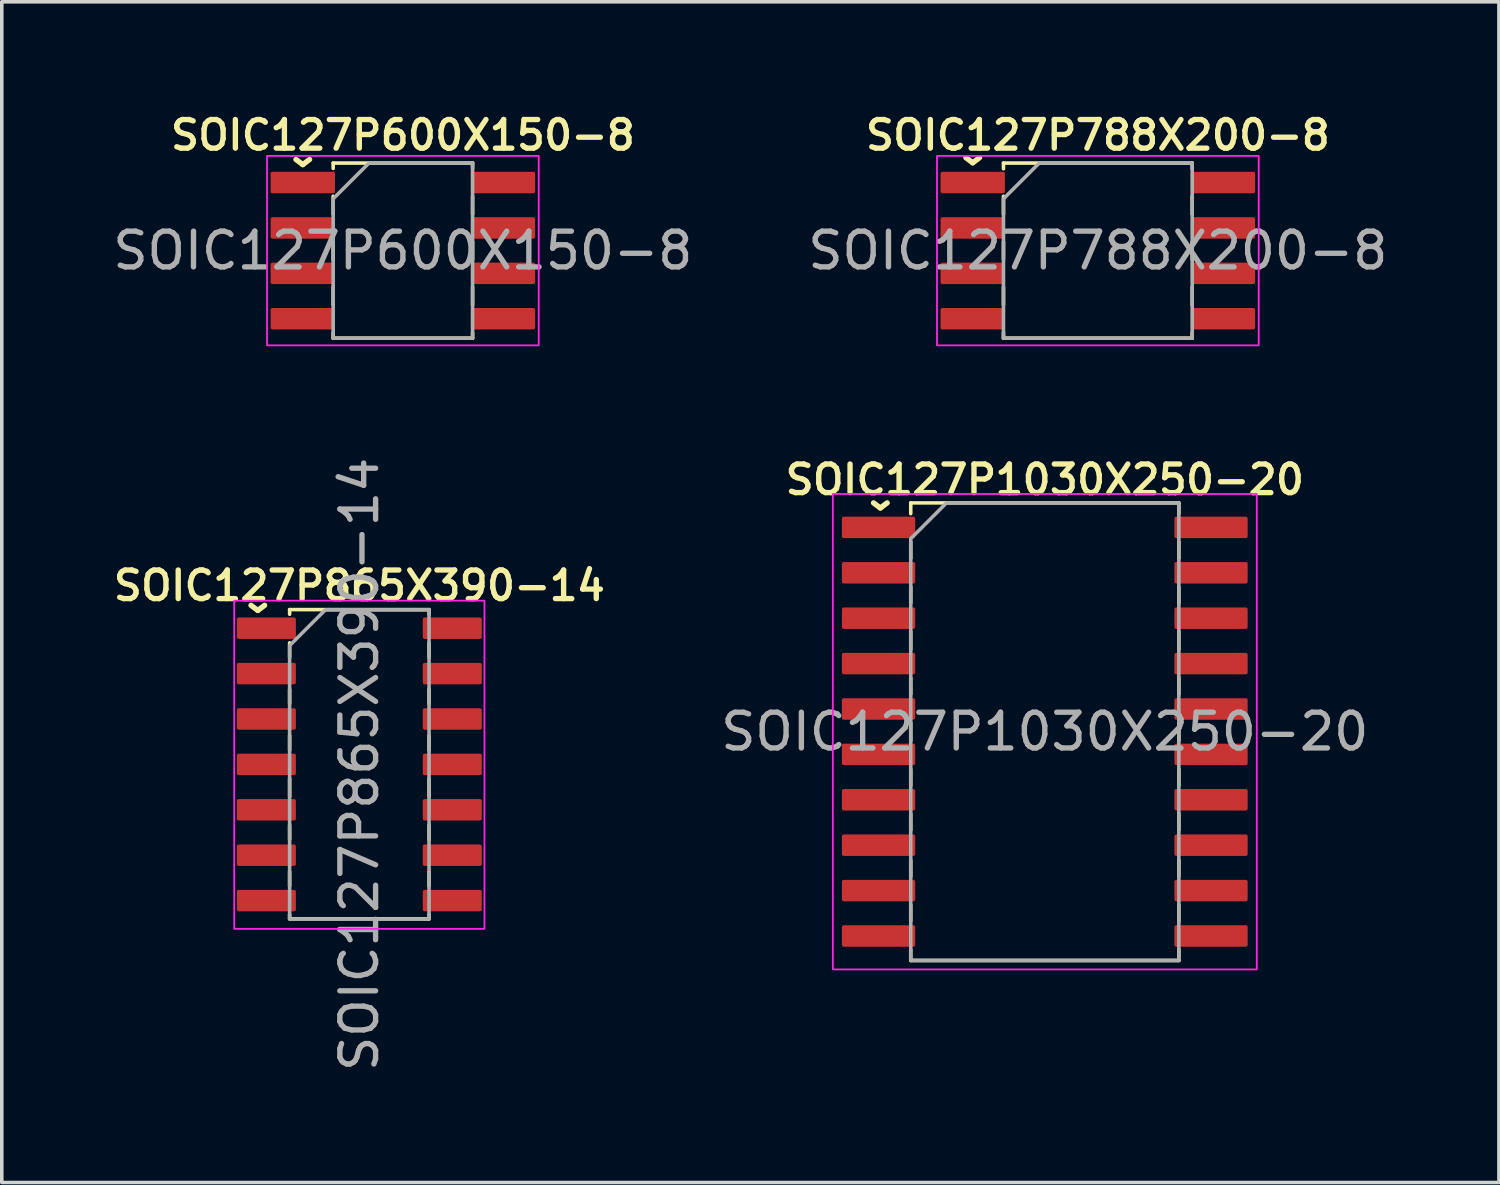
<source format=kicad_pcb>
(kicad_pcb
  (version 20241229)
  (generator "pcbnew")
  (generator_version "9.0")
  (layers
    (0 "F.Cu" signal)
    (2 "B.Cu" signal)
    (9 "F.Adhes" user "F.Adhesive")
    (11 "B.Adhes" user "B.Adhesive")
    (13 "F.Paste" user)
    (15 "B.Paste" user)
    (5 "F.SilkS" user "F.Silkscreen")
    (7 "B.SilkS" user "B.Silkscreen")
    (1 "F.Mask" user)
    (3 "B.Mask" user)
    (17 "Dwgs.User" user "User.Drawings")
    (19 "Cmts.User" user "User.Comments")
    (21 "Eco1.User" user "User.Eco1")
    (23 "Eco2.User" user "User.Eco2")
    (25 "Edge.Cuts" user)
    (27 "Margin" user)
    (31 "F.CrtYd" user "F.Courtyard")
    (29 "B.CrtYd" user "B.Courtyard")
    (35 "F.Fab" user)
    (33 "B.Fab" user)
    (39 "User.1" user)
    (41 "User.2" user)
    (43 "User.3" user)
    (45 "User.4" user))
  (footprint "SOIC127P1030X250-20"
    (layer "F.Cu")
    (at 26.177 17.418)
    (property "Reference" "SOIC127P1030X250-20" (at 0 -7.05 0) (layer "F.SilkS") (effects (font (size 0.8 0.8) (thickness 0.15))))
    (attr smd)
    (fp_line (start -3.75 -6.4) (end -3.75 -6.1) (stroke (width 0.1) (type default)) (layer "F.SilkS"))
    (fp_line (start -3.75 -6.4) (end 3.75 -6.4) (stroke (width 0.1) (type solid)) (layer "F.SilkS"))
    (fp_line (start -3.75 -5.3) (end -3.75 -4.85) (stroke (width 0.1) (type default)) (layer "F.SilkS"))
    (fp_line (start -3.75 -4.05) (end -3.75 -3.6) (stroke (width 0.1) (type default)) (layer "F.SilkS"))
    (fp_line (start -3.75 -2.8) (end -3.75 -2.3) (stroke (width 0.1) (type default)) (layer "F.SilkS"))
    (fp_line (start -3.75 -1.5) (end -3.75 -1.05) (stroke (width 0.1) (type default)) (layer "F.SilkS"))
    (fp_line (start -3.75 -0.25) (end -3.75 0.25) (stroke (width 0.1) (type default)) (layer "F.SilkS"))
    (fp_line (start -3.75 1.05) (end -3.75 1.5) (stroke (width 0.1) (type default)) (layer "F.SilkS"))
    (fp_line (start -3.75 2.3) (end -3.75 2.75) (stroke (width 0.1) (type default)) (layer "F.SilkS"))
    (fp_line (start -3.75 3.6) (end -3.75 4.05) (stroke (width 0.1) (type default)) (layer "F.SilkS"))
    (fp_line (start -3.75 4.85) (end -3.75 5.3) (stroke (width 0.1) (type default)) (layer "F.SilkS"))
    (fp_line (start -3.75 6.4) (end -3.75 6.1) (stroke (width 0.1) (type solid)) (layer "F.SilkS"))
    (fp_line (start 3.75 -6.4) (end 3.75 -6.1) (stroke (width 0.1) (type solid)) (layer "F.SilkS"))
    (fp_line (start 3.75 -5.3) (end 3.75 -4.85) (stroke (width 0.1) (type default)) (layer "F.SilkS"))
    (fp_line (start 3.75 -4.05) (end 3.75 -3.6) (stroke (width 0.1) (type default)) (layer "F.SilkS"))
    (fp_line (start 3.75 -2.8) (end 3.75 -2.3) (stroke (width 0.1) (type default)) (layer "F.SilkS"))
    (fp_line (start 3.75 -1.5) (end 3.75 -1.05) (stroke (width 0.1) (type default)) (layer "F.SilkS"))
    (fp_line (start 3.75 -0.25) (end 3.75 0.25) (stroke (width 0.1) (type default)) (layer "F.SilkS"))
    (fp_line (start 3.75 1.05) (end 3.75 1.5) (stroke (width 0.1) (type default)) (layer "F.SilkS"))
    (fp_line (start 3.75 2.3) (end 3.75 2.75) (stroke (width 0.1) (type default)) (layer "F.SilkS"))
    (fp_line (start 3.75 3.6) (end 3.75 4.05) (stroke (width 0.1) (type default)) (layer "F.SilkS"))
    (fp_line (start 3.75 4.85) (end 3.75 5.3) (stroke (width 0.1) (type default)) (layer "F.SilkS"))
    (fp_line (start 3.75 6.4) (end -3.75 6.4) (stroke (width 0.1) (type solid)) (layer "F.SilkS"))
    (fp_line (start 3.75 6.4) (end 3.75 6.1) (stroke (width 0.1) (type default)) (layer "F.SilkS"))
    (fp_poly (pts (xy 5.93 6.65) (xy -5.93 6.65) (xy -5.93 -6.65) (xy 5.93 -6.65)) (stroke (width 0.05) (type solid)) (fill no) (layer "F.CrtYd"))
    (fp_poly (pts (xy -3.75 -5.4) (xy -3.75 6.4) (xy 3.75 6.4) (xy 3.75 -6.4) (xy -2.75 -6.4)) (stroke (width 0.1) (type solid)) (fill no) (layer "F.Fab"))
    (fp_text user "^" (at -4.6 -6.85 180) (unlocked yes) (layer "F.SilkS") (effects (font (size 1 1) (thickness 0.15))))
    (fp_text user "${REFERENCE}" (at 0 0 0) (layer "F.Fab") (effects (font (size 1 1) (thickness 0.15))))
    (pad "1" smd roundrect (at -4.65 -5.715) (size 2.05 0.6) (layers "F.Cu" "F.Mask" "F.Paste") (roundrect_rratio 0.083))
    (pad "2" smd roundrect (at -4.65 -4.445) (size 2.05 0.6) (layers "F.Cu" "F.Mask" "F.Paste") (roundrect_rratio 0.083))
    (pad "3" smd roundrect (at -4.65 -3.175) (size 2.05 0.6) (layers "F.Cu" "F.Mask" "F.Paste") (roundrect_rratio 0.083))
    (pad "4" smd roundrect (at -4.65 -1.905) (size 2.05 0.6) (layers "F.Cu" "F.Mask" "F.Paste") (roundrect_rratio 0.083))
    (pad "5" smd roundrect (at -4.65 -0.635) (size 2.05 0.6) (layers "F.Cu" "F.Mask" "F.Paste") (roundrect_rratio 0.083))
    (pad "6" smd roundrect (at -4.65 0.635) (size 2.05 0.6) (layers "F.Cu" "F.Mask" "F.Paste") (roundrect_rratio 0.083))
    (pad "7" smd roundrect (at -4.65 1.905) (size 2.05 0.6) (layers "F.Cu" "F.Mask" "F.Paste") (roundrect_rratio 0.083))
    (pad "8" smd roundrect (at -4.65 3.175) (size 2.05 0.6) (layers "F.Cu" "F.Mask" "F.Paste") (roundrect_rratio 0.083))
    (pad "9" smd roundrect (at -4.65 4.445) (size 2.05 0.6) (layers "F.Cu" "F.Mask" "F.Paste") (roundrect_rratio 0.083))
    (pad "10" smd roundrect (at -4.65 5.715) (size 2.05 0.6) (layers "F.Cu" "F.Mask" "F.Paste") (roundrect_rratio 0.083))
    (pad "11" smd roundrect (at 4.65 5.715) (size 2.05 0.6) (layers "F.Cu" "F.Mask" "F.Paste") (roundrect_rratio 0.083))
    (pad "12" smd roundrect (at 4.65 4.445) (size 2.05 0.6) (layers "F.Cu" "F.Mask" "F.Paste") (roundrect_rratio 0.083))
    (pad "13" smd roundrect (at 4.65 3.175) (size 2.05 0.6) (layers "F.Cu" "F.Mask" "F.Paste") (roundrect_rratio 0.083))
    (pad "14" smd roundrect (at 4.65 1.905) (size 2.05 0.6) (layers "F.Cu" "F.Mask" "F.Paste") (roundrect_rratio 0.083))
    (pad "15" smd roundrect (at 4.65 0.635) (size 2.05 0.6) (layers "F.Cu" "F.Mask" "F.Paste") (roundrect_rratio 0.083))
    (pad "16" smd roundrect (at 4.65 -0.635) (size 2.05 0.6) (layers "F.Cu" "F.Mask" "F.Paste") (roundrect_rratio 0.083))
    (pad "17" smd roundrect (at 4.65 -1.905) (size 2.05 0.6) (layers "F.Cu" "F.Mask" "F.Paste") (roundrect_rratio 0.083))
    (pad "18" smd roundrect (at 4.65 -3.175) (size 2.05 0.6) (layers "F.Cu" "F.Mask" "F.Paste") (roundrect_rratio 0.083))
    (pad "19" smd roundrect (at 4.65 -4.445) (size 2.05 0.6) (layers "F.Cu" "F.Mask" "F.Paste") (roundrect_rratio 0.083))
    (pad "20" smd roundrect (at 4.65 -5.715) (size 2.05 0.6) (layers "F.Cu" "F.Mask" "F.Paste") (roundrect_rratio 0.083)))
  (footprint "SOIC127P865X390-14"
    (layer "F.Cu")
    (at 7.002 18.333)
    (property "Reference" "SOIC127P865X390-14" (at 0 -5 0) (layer "F.SilkS") (effects (font (size 0.8 0.8) (thickness 0.15))))
    (attr smd)
    (fp_line (start -1.95 -4.33) (end -1.95 -4.2) (stroke (width 0.1) (type solid)) (layer "F.SilkS"))
    (fp_line (start -1.95 -4.33) (end 1.95 -4.33) (stroke (width 0.1) (type solid)) (layer "F.SilkS"))
    (fp_line (start -1.95 -3.4) (end -1.95 -3) (stroke (width 0.1) (type solid)) (layer "F.SilkS"))
    (fp_line (start -1.95 -2.1) (end -1.95 -1.7) (stroke (width 0.1) (type solid)) (layer "F.SilkS"))
    (fp_line (start -1.95 -0.8) (end -1.95 -0.4) (stroke (width 0.1) (type solid)) (layer "F.SilkS"))
    (fp_line (start -1.95 0.4) (end -1.95 0.9) (stroke (width 0.1) (type solid)) (layer "F.SilkS"))
    (fp_line (start -1.95 1.7) (end -1.95 2.1) (stroke (width 0.1) (type solid)) (layer "F.SilkS"))
    (fp_line (start -1.95 3) (end -1.95 3.4) (stroke (width 0.1) (type solid)) (layer "F.SilkS"))
    (fp_line (start -1.95 4.32) (end -1.95 4.2) (stroke (width 0.1) (type solid)) (layer "F.SilkS"))
    (fp_line (start -1.95 4.32) (end 1.95 4.32) (stroke (width 0.1) (type solid)) (layer "F.SilkS"))
    (fp_line (start 1.95 -4.33) (end 1.95 -4.2) (stroke (width 0.1) (type solid)) (layer "F.SilkS"))
    (fp_line (start 1.95 -3.4) (end 1.95 -3) (stroke (width 0.1) (type solid)) (layer "F.SilkS"))
    (fp_line (start 1.95 -2.1) (end 1.95 -1.7) (stroke (width 0.1) (type solid)) (layer "F.SilkS"))
    (fp_line (start 1.95 -0.8) (end 1.95 -0.4) (stroke (width 0.1) (type solid)) (layer "F.SilkS"))
    (fp_line (start 1.95 0.4) (end 1.95 0.9) (stroke (width 0.1) (type solid)) (layer "F.SilkS"))
    (fp_line (start 1.95 1.7) (end 1.95 2.1) (stroke (width 0.1) (type solid)) (layer "F.SilkS"))
    (fp_line (start 1.95 3) (end 1.95 3.4) (stroke (width 0.1) (type solid)) (layer "F.SilkS"))
    (fp_line (start 1.95 4.32) (end 1.95 4.2) (stroke (width 0.1) (type solid)) (layer "F.SilkS"))
    (fp_rect (start -3.5 -4.58) (end 3.5 4.6) (stroke (width 0.05) (type solid)) (fill no) (layer "F.CrtYd"))
    (fp_poly (pts (xy -1.95 4.325) (xy 1.95 4.325) (xy 1.95 -4.325) (xy -0.95 -4.325) (xy -1.95 -3.325)) (stroke (width 0.1) (type solid)) (fill no) (layer "F.Fab"))
    (fp_text user "^" (at -2.84 -4.9 180) (unlocked yes) (layer "F.SilkS") (effects (font (size 1 1) (thickness 0.15))))
    (fp_text user "${REFERENCE}" (at 0 0 90) (layer "F.Fab") (effects (font (size 1 1) (thickness 0.15))))
    (pad "1" smd roundrect (at -2.6 -3.81) (size 1.65 0.6) (layers "F.Cu" "F.Mask" "F.Paste") (roundrect_rratio 0.083))
    (pad "2" smd roundrect (at -2.6 -2.54) (size 1.65 0.6) (layers "F.Cu" "F.Mask" "F.Paste") (roundrect_rratio 0.083))
    (pad "3" smd roundrect (at -2.6 -1.27) (size 1.65 0.6) (layers "F.Cu" "F.Mask" "F.Paste") (roundrect_rratio 0.083))
    (pad "4" smd roundrect (at -2.6 0) (size 1.65 0.6) (layers "F.Cu" "F.Mask" "F.Paste") (roundrect_rratio 0.083))
    (pad "5" smd roundrect (at -2.6 1.27) (size 1.65 0.6) (layers "F.Cu" "F.Mask" "F.Paste") (roundrect_rratio 0.083))
    (pad "6" smd roundrect (at -2.6 2.54) (size 1.65 0.6) (layers "F.Cu" "F.Mask" "F.Paste") (roundrect_rratio 0.083))
    (pad "7" smd roundrect (at -2.6 3.81) (size 1.65 0.6) (layers "F.Cu" "F.Mask" "F.Paste") (roundrect_rratio 0.083))
    (pad "8" smd roundrect (at 2.6 3.81) (size 1.65 0.6) (layers "F.Cu" "F.Mask" "F.Paste") (roundrect_rratio 0.083))
    (pad "9" smd roundrect (at 2.6 2.54) (size 1.65 0.6) (layers "F.Cu" "F.Mask" "F.Paste") (roundrect_rratio 0.083))
    (pad "10" smd roundrect (at 2.6 1.27) (size 1.65 0.6) (layers "F.Cu" "F.Mask" "F.Paste") (roundrect_rratio 0.083))
    (pad "11" smd roundrect (at 2.6 0) (size 1.65 0.6) (layers "F.Cu" "F.Mask" "F.Paste") (roundrect_rratio 0.083))
    (pad "12" smd roundrect (at 2.6 -1.27) (size 1.65 0.6) (layers "F.Cu" "F.Mask" "F.Paste") (roundrect_rratio 0.083))
    (pad "13" smd roundrect (at 2.6 -2.54) (size 1.65 0.6) (layers "F.Cu" "F.Mask" "F.Paste") (roundrect_rratio 0.083))
    (pad "14" smd roundrect (at 2.6 -3.81) (size 1.65 0.6) (layers "F.Cu" "F.Mask" "F.Paste") (roundrect_rratio 0.083)))
  (footprint "SOIC127P788X200-8"
    (layer "F.Cu")
    (at 27.661 3.961)
    (property "Reference" "SOIC127P788X200-8" (at 0 -3.23 0) (layer "F.SilkS") (effects (font (size 0.8 0.8) (thickness 0.15))))
    (attr smd)
    (fp_line (start -2.64 -2.45) (end -2.64 -2.29) (stroke (width 0.1) (type solid)) (layer "F.SilkS"))
    (fp_line (start -2.64 -2.45) (end 2.64 -2.45) (stroke (width 0.1) (type solid)) (layer "F.SilkS"))
    (fp_line (start -2.64 -1.52) (end -2.64 -1.02) (stroke (width 0.1) (type solid)) (layer "F.SilkS"))
    (fp_line (start -2.64 -0.25) (end -2.64 0.25) (stroke (width 0.1) (type solid)) (layer "F.SilkS"))
    (fp_line (start -2.64 1.02) (end -2.64 1.52) (stroke (width 0.1) (type solid)) (layer "F.SilkS"))
    (fp_line (start -2.64 2.45) (end -2.64 2.29) (stroke (width 0.1) (type solid)) (layer "F.SilkS"))
    (fp_line (start 2.64 -2.45) (end 2.64 -2.29) (stroke (width 0.1) (type solid)) (layer "F.SilkS"))
    (fp_line (start 2.64 -1.52) (end 2.64 -1.02) (stroke (width 0.1) (type solid)) (layer "F.SilkS"))
    (fp_line (start 2.64 -0.25) (end 2.64 0.25) (stroke (width 0.1) (type solid)) (layer "F.SilkS"))
    (fp_line (start 2.64 1.02) (end 2.64 1.52) (stroke (width 0.1) (type solid)) (layer "F.SilkS"))
    (fp_line (start 2.64 2.45) (end -2.64 2.45) (stroke (width 0.1) (type solid)) (layer "F.SilkS"))
    (fp_line (start 2.64 2.45) (end 2.64 2.29) (stroke (width 0.1) (type solid)) (layer "F.SilkS"))
    (fp_rect (start -4.5 -2.65) (end 4.5 2.65) (stroke (width 0.05) (type default)) (fill no) (layer "F.CrtYd"))
    (fp_poly (pts (xy 2.64 -2.45) (xy -1.64 -2.45) (xy -2.64 -1.45) (xy -2.64 2.45) (xy 2.64 2.45)) (stroke (width 0.1) (type solid)) (fill no) (layer "F.Fab"))
    (fp_text user "^" (at -3.5 -3.05 180) (unlocked yes) (layer "F.SilkS") (effects (font (size 1 1) (thickness 0.15))))
    (fp_text user "${REFERENCE}" (at 0 0 0) (layer "F.Fab") (effects (font (size 1 1) (thickness 0.15))))
    (pad "1" smd roundrect (at -3.5 -1.905 270) (size 0.6 1.8) (layers "F.Cu" "F.Mask" "F.Paste") (roundrect_rratio 0.083))
    (pad "2" smd roundrect (at -3.5 -0.635 270) (size 0.6 1.8) (layers "F.Cu" "F.Mask" "F.Paste") (roundrect_rratio 0.083))
    (pad "3" smd roundrect (at -3.5 0.635 270) (size 0.6 1.8) (layers "F.Cu" "F.Mask" "F.Paste") (roundrect_rratio 0.083))
    (pad "4" smd roundrect (at -3.5 1.905 270) (size 0.6 1.8) (layers "F.Cu" "F.Mask" "F.Paste") (roundrect_rratio 0.083))
    (pad "5" smd roundrect (at 3.5 1.905 270) (size 0.6 1.8) (layers "F.Cu" "F.Mask" "F.Paste") (roundrect_rratio 0.083))
    (pad "6" smd roundrect (at 3.5 0.635 270) (size 0.6 1.8) (layers "F.Cu" "F.Mask" "F.Paste") (roundrect_rratio 0.083))
    (pad "7" smd roundrect (at 3.5 -0.635 270) (size 0.6 1.8) (layers "F.Cu" "F.Mask" "F.Paste") (roundrect_rratio 0.083))
    (pad "8" smd roundrect (at 3.5 -1.905 270) (size 0.6 1.8) (layers "F.Cu" "F.Mask" "F.Paste") (roundrect_rratio 0.083)))
  (footprint "SOIC127P600X150-8"
    (layer "F.Cu")
    (at 8.22 3.961)
    (property "Reference" "SOIC127P600X150-8" (at 0 -3.23 0) (layer "F.SilkS") (effects (font (size 0.8 0.8) (thickness 0.15))))
    (attr smd)
    (fp_line (start -1.95 -2.45) (end -1.95 -2.3) (stroke (width 0.1) (type solid)) (layer "F.SilkS"))
    (fp_line (start -1.95 -2.45) (end 1.95 -2.45) (stroke (width 0.1) (type solid)) (layer "F.SilkS"))
    (fp_line (start -1.95 -1.52) (end -1.95 -1.02) (stroke (width 0.1) (type solid)) (layer "F.SilkS"))
    (fp_line (start -1.95 -0.25) (end -1.95 0.25) (stroke (width 0.1) (type solid)) (layer "F.SilkS"))
    (fp_line (start -1.95 1.02) (end -1.95 1.52) (stroke (width 0.1) (type solid)) (layer "F.SilkS"))
    (fp_line (start -1.95 2.45) (end -1.95 2.3) (stroke (width 0.1) (type solid)) (layer "F.SilkS"))
    (fp_line (start 1.95 -2.45) (end 1.95 -2.3) (stroke (width 0.1) (type solid)) (layer "F.SilkS"))
    (fp_line (start 1.95 -1.52) (end 1.95 -1.02) (stroke (width 0.1) (type solid)) (layer "F.SilkS"))
    (fp_line (start 1.95 -0.25) (end 1.95 0.25) (stroke (width 0.1) (type solid)) (layer "F.SilkS"))
    (fp_line (start 1.95 1.02) (end 1.95 1.52) (stroke (width 0.1) (type solid)) (layer "F.SilkS"))
    (fp_line (start 1.95 2.45) (end -1.95 2.45) (stroke (width 0.1) (type solid)) (layer "F.SilkS"))
    (fp_line (start 1.95 2.45) (end 1.95 2.3) (stroke (width 0.1) (type solid)) (layer "F.SilkS"))
    (fp_rect (start -3.8 -2.65) (end 3.8 2.65) (stroke (width 0.05) (type default)) (fill no) (layer "F.CrtYd"))
    (fp_poly (pts (xy -1.95 2.45) (xy 1.95 2.45) (xy 1.95 -2.45) (xy -0.95 -2.45) (xy -1.95 -1.45)) (stroke (width 0.1) (type solid)) (fill no) (layer "F.Fab"))
    (fp_text user "^" (at -2.8 -3 180) (unlocked yes) (layer "F.SilkS") (effects (font (size 1 1) (thickness 0.15))))
    (fp_text user "${REFERENCE}" (at 0 0 0) (layer "F.Fab") (effects (font (size 1 1) (thickness 0.15))))
    (pad "1" smd roundrect (at -2.8 -1.905 270) (size 0.6 1.8) (layers "F.Cu" "F.Mask" "F.Paste") (roundrect_rratio 0.083))
    (pad "2" smd roundrect (at -2.8 -0.635 270) (size 0.6 1.8) (layers "F.Cu" "F.Mask" "F.Paste") (roundrect_rratio 0.083))
    (pad "3" smd roundrect (at -2.8 0.635 270) (size 0.6 1.8) (layers "F.Cu" "F.Mask" "F.Paste") (roundrect_rratio 0.083))
    (pad "4" smd roundrect (at -2.8 1.905 270) (size 0.6 1.8) (layers "F.Cu" "F.Mask" "F.Paste") (roundrect_rratio 0.083))
    (pad "5" smd roundrect (at 2.8 1.905 270) (size 0.6 1.8) (layers "F.Cu" "F.Mask" "F.Paste") (roundrect_rratio 0.083))
    (pad "6" smd roundrect (at 2.8 0.635 270) (size 0.6 1.8) (layers "F.Cu" "F.Mask" "F.Paste") (roundrect_rratio 0.083))
    (pad "7" smd roundrect (at 2.8 -0.635 270) (size 0.6 1.8) (layers "F.Cu" "F.Mask" "F.Paste") (roundrect_rratio 0.083))
    (pad "8" smd roundrect (at 2.8 -1.905 270) (size 0.6 1.8) (layers "F.Cu" "F.Mask" "F.Paste") (roundrect_rratio 0.083)))
  (gr_rect
    (start -3 -3)
    (end 38.881 30.029)
    (stroke (width 0.1) (type default))
    (fill no)
    (layer "Edge.Cuts")))
</source>
